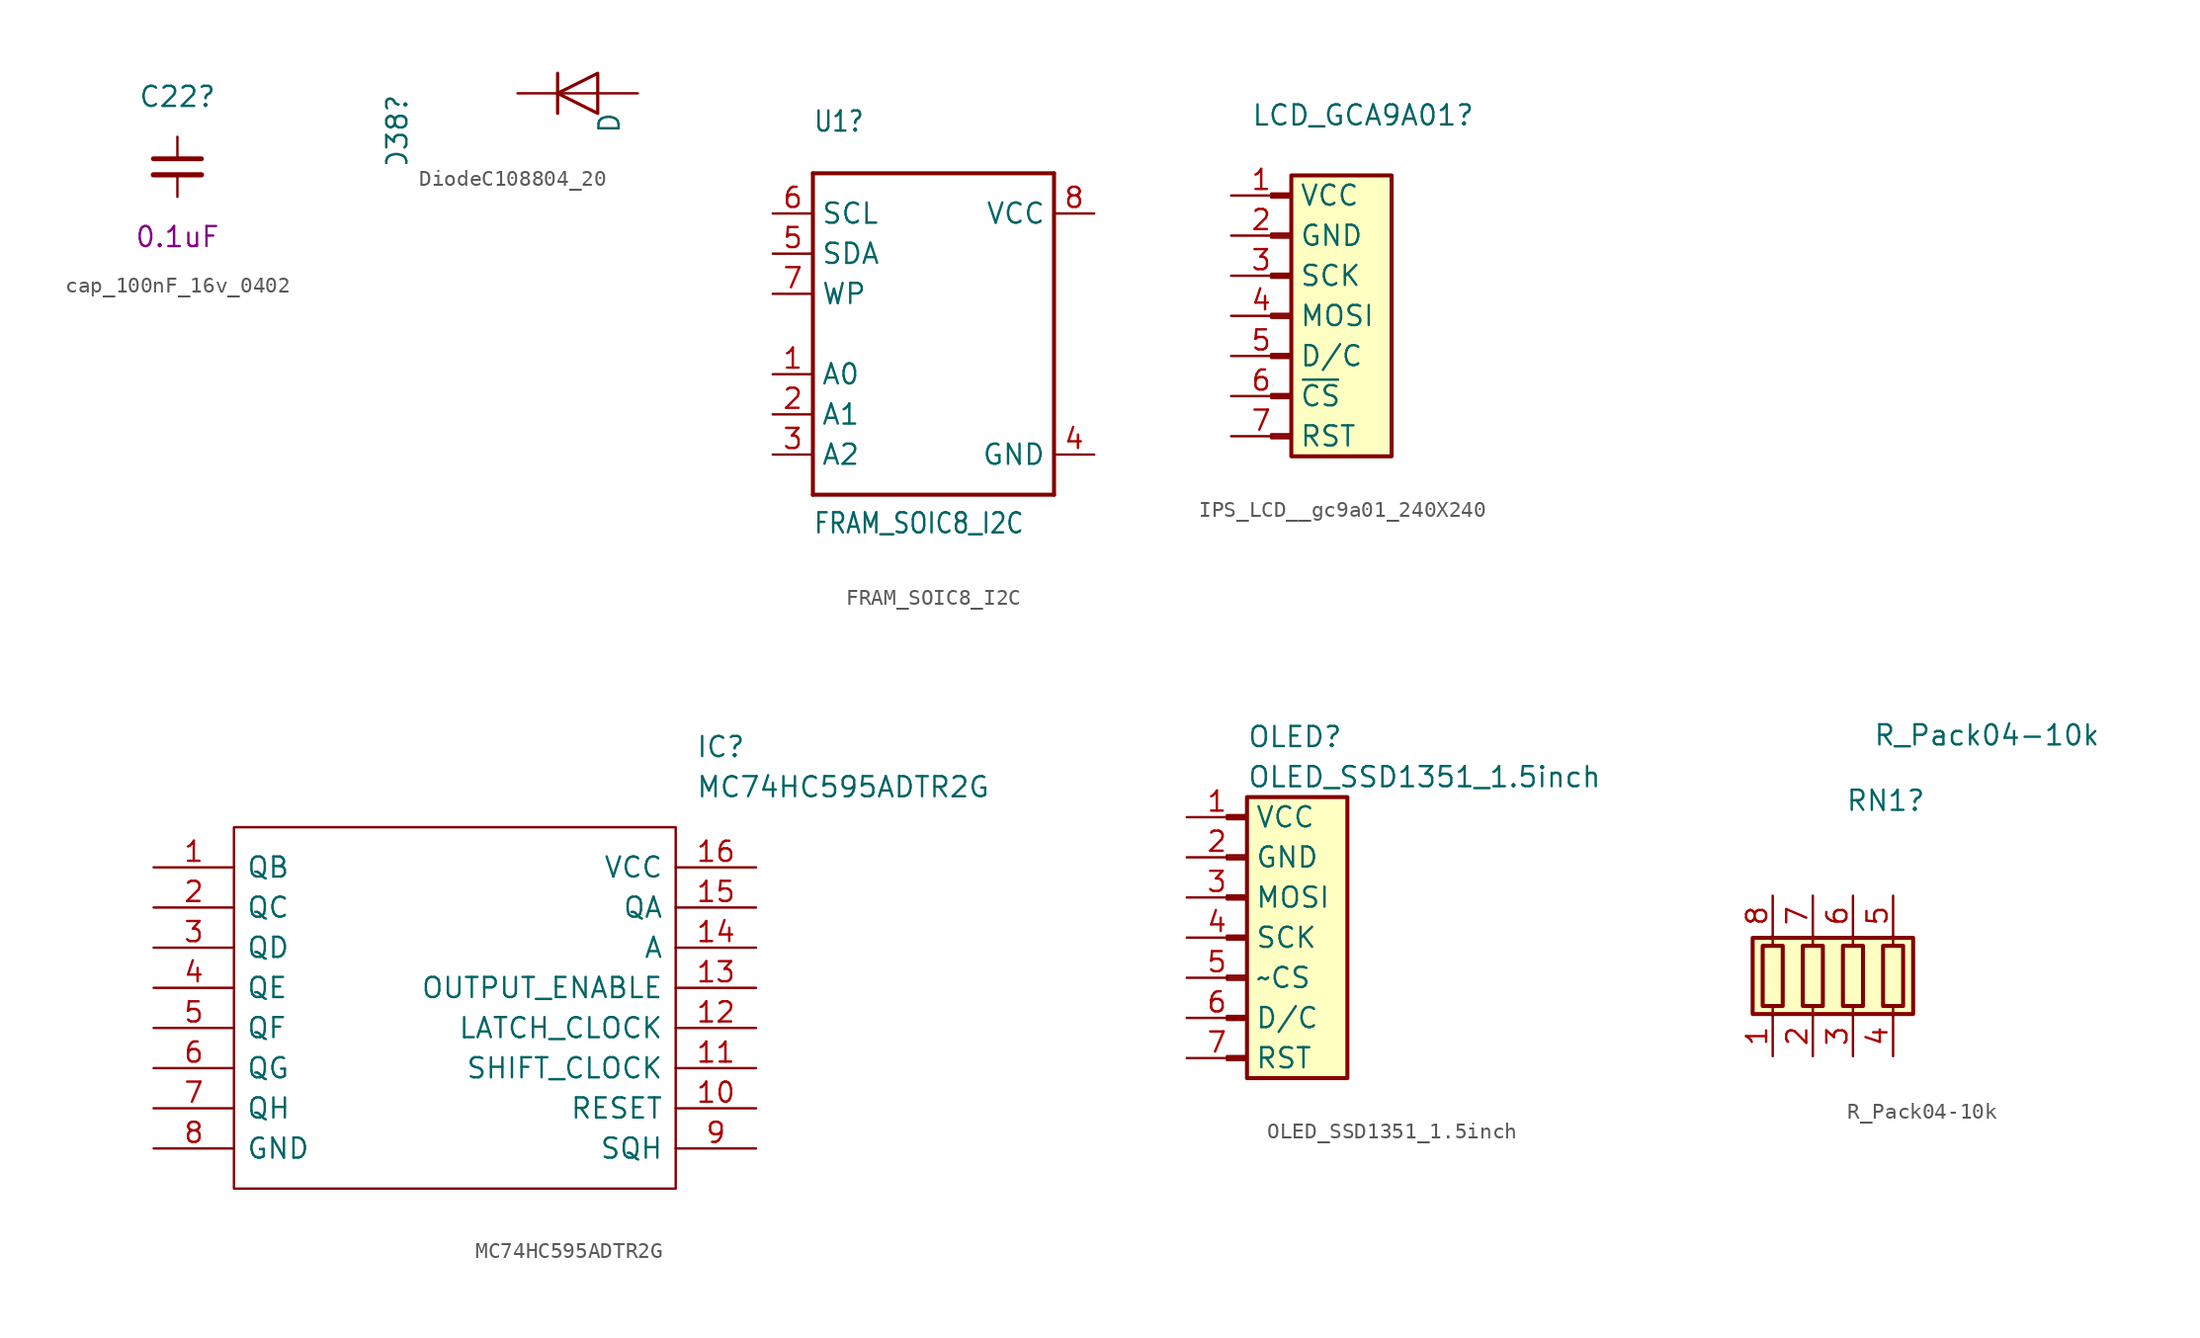
<source format=kicad_sym>
(kicad_symbol_lib
  (version 20211014)
  (generator kicad_symbol_editor)
  (symbol "cap_100nF_16v_0402"
    (pin_numbers hide)
    (pin_names
      (offset 0.254) hide)
    (property "Reference" "C22"
      (at 0 3.81 0)
      (effects (font (size 1.27 1.27))))
    (property "Display value" "0.1uF"
      (at 0 -5.08 0)
      (effects (font (size 1.27 1.27))))
    (symbol "cap_100nF_16v_0402_0_1"
      (polyline (pts (xy -1.524 -1.143) (xy 1.524 -1.143)) (stroke (width 0.33) (type default) (color 0 0 0 0)) (fill (type none)))
      (polyline (pts (xy -1.524 -0.127) (xy 1.524 -0.127)) (stroke (width 0.305) (type default) (color 0 0 0 0)) (fill (type none))))
    (symbol "cap_100nF_16v_0402_1_1"
      (pin passive line (at 0 1.27 270) (length 1.27) (name "~" (effects (font (size 1.27 1.27)))) (number "1" (effects (font (size 1.27 1.27)))))
      (pin passive line (at 0 -2.54 90) (length 1.27) (name "~" (effects (font (size 1.27 1.27)))) (number "2" (effects (font (size 1.27 1.27)))))))
  (symbol "DiodeC108804_20"
    (pin_numbers hide)
    (pin_names
      (offset 1.016) hide)
    (property "Reference" "D38"
      (at -11.43 0 90)
      (effects (font (size 1.27 1.27)) (justify right)))
    (property "Value" "D"
      (at 2.007 -1.143 90)
      (effects (font (size 1.27 1.27)) (justify right)))
    (symbol "DiodeC108804_20_0_1"
      (polyline (pts (xy -1.27 1.27) (xy -1.27 -1.27)) (stroke (width 0.203) (type default) (color 0 0 0 0)) (fill (type none)))
      (polyline (pts (xy 1.27 0) (xy -1.27 0)) (stroke (width 0) (type default) (color 0 0 0 0)) (fill (type none)))
      (polyline (pts (xy 1.27 1.27) (xy 1.27 -1.27) (xy -1.27 0) (xy 1.27 1.27)) (stroke (width 0.203) (type default) (color 0 0 0 0)) (fill (type none))))
    (symbol "DiodeC108804_20_1_1"
      (pin passive line (at -3.81 0 0) (length 2.54) (name "K" (effects (font (size 1.27 1.27)))) (number "1" (effects (font (size 1.27 1.27)))))
      (pin passive line (at 3.81 0 180) (length 2.54) (name "A" (effects (font (size 1.27 1.27)))) (number "2" (effects (font (size 1.27 1.27)))))))
  (symbol "FRAM_SOIC8_I2C"
    (property "Reference" "U1"
      (at -7.62 12.7 0)
      (effects (font (size 1.27 1.079)) (justify left bottom)))
    (property "Value" "FRAM_SOIC8_I2C"
      (at -7.62 -12.7 0)
      (effects (font (size 1.27 1.079)) (justify left bottom)))
    (property "ki_locked" ""
      (at 0 0 0)
      (effects (font (size 1.27 1.27))))
    (symbol "FRAM_SOIC8_I2C_1_0"
      (polyline (pts (xy -7.62 -10.16) (xy -7.62 10.16)) (stroke (width 0.254) (type default) (color 0 0 0 0)) (fill (type none)))
      (polyline (pts (xy -7.62 10.16) (xy 7.62 10.16)) (stroke (width 0.254) (type default) (color 0 0 0 0)) (fill (type none)))
      (polyline (pts (xy 7.62 -10.16) (xy -7.62 -10.16)) (stroke (width 0.254) (type default) (color 0 0 0 0)) (fill (type none)))
      (polyline (pts (xy 7.62 10.16) (xy 7.62 -10.16)) (stroke (width 0.254) (type default) (color 0 0 0 0)) (fill (type none)))
      (pin input line (at -10.16 -2.54 0) (length 2.54) (name "A0" (effects (font (size 1.27 1.27)))) (number "1" (effects (font (size 1.27 1.27)))))
      (pin input line (at -10.16 -5.08 0) (length 2.54) (name "A1" (effects (font (size 1.27 1.27)))) (number "2" (effects (font (size 1.27 1.27)))))
      (pin input line (at -10.16 -7.62 0) (length 2.54) (name "A2" (effects (font (size 1.27 1.27)))) (number "3" (effects (font (size 1.27 1.27)))))
      (pin power_in line (at 10.16 -7.62 180) (length 2.54) (name "GND" (effects (font (size 1.27 1.27)))) (number "4" (effects (font (size 1.27 1.27)))))
      (pin bidirectional line (at -10.16 5.08 0) (length 2.54) (name "SDA" (effects (font (size 1.27 1.27)))) (number "5" (effects (font (size 1.27 1.27)))))
      (pin input line (at -10.16 7.62 0) (length 2.54) (name "SCL" (effects (font (size 1.27 1.27)))) (number "6" (effects (font (size 1.27 1.27)))))
      (pin input line (at -10.16 2.54 0) (length 2.54) (name "WP" (effects (font (size 1.27 1.27)))) (number "7" (effects (font (size 1.27 1.27)))))
      (pin power_in line (at 10.16 7.62 180) (length 2.54) (name "VCC" (effects (font (size 1.27 1.27)))) (number "8" (effects (font (size 1.27 1.27)))))))
  (symbol "IPS_LCD__gc9a01_240X240"
    (property "Reference" "LCD_GCA9A01"
      (at -2.54 12.7 0)
      (effects (font (size 1.27 1.27)) (justify left)))
    (symbol "IPS_LCD__gc9a01_240X240_1_1"
      (rectangle (start -1.27 -7.493) (end 0 -7.747) (stroke (width 0.152) (type default) (color 0 0 0 0)) (fill (type none)))
      (rectangle (start -1.27 -4.953) (end 0 -5.207) (stroke (width 0.152) (type default) (color 0 0 0 0)) (fill (type none)))
      (rectangle (start -1.27 -2.413) (end 0 -2.667) (stroke (width 0.152) (type default) (color 0 0 0 0)) (fill (type none)))
      (rectangle (start -1.27 0.127) (end 0 -0.127) (stroke (width 0.152) (type default) (color 0 0 0 0)) (fill (type none)))
      (rectangle (start -1.27 2.667) (end 0 2.413) (stroke (width 0.152) (type default) (color 0 0 0 0)) (fill (type none)))
      (rectangle (start -1.27 5.207) (end 0 4.953) (stroke (width 0.152) (type default) (color 0 0 0 0)) (fill (type none)))
      (rectangle (start -1.27 7.747) (end 0 7.493) (stroke (width 0.152) (type default) (color 0 0 0 0)) (fill (type none)))
      (rectangle (start 0 8.89) (end 6.35 -8.89) (stroke (width 0.254) (type default) (color 0 0 0 0)) (fill (type background)))
      (pin power_in line (at -3.81 7.62 0) (length 3.81) (name "VCC" (effects (font (size 1.27 1.27)))) (number "1" (effects (font (size 1.27 1.27)))))
      (pin power_in line (at -3.81 5.08 0) (length 3.81) (name "GND" (effects (font (size 1.27 1.27)))) (number "2" (effects (font (size 1.27 1.27)))))
      (pin passive line (at -3.81 2.54 0) (length 3.81) (name "SCK" (effects (font (size 1.27 1.27)))) (number "3" (effects (font (size 1.27 1.27)))))
      (pin passive line (at -3.81 0 0) (length 3.81) (name "MOSI" (effects (font (size 1.27 1.27)))) (number "4" (effects (font (size 1.27 1.27)))))
      (pin passive line (at -3.81 -2.54 0) (length 3.81) (name "D/C" (effects (font (size 1.27 1.27)))) (number "5" (effects (font (size 1.27 1.27)))))
      (pin passive line (at -3.81 -5.08 0) (length 3.81) (name "~{CS}" (effects (font (size 1.27 1.27)))) (number "6" (effects (font (size 1.27 1.27)))))
      (pin passive line (at -3.81 -7.62 0) (length 3.81) (name "RST" (effects (font (size 1.27 1.27)))) (number "7" (effects (font (size 1.27 1.27)))))))
  (symbol "MC74HC595ADTR2G"
    (pin_names
      (offset 0.762))
    (property "Reference" "IC"
      (at 34.29 7.62 0)
      (effects (font (size 1.27 1.27)) (justify left)))
    (property "Value" "MC74HC595ADTR2G"
      (at 34.29 5.08 0)
      (effects (font (size 1.27 1.27)) (justify left)))
    (symbol "MC74HC595ADTR2G_0_0"
      (pin passive line (at 0 0 0) (length 5.08) (name "QB" (effects (font (size 1.27 1.27)))) (number "1" (effects (font (size 1.27 1.27)))))
      (pin passive line (at 38.1 -15.24 180) (length 5.08) (name "RESET" (effects (font (size 1.27 1.27)))) (number "10" (effects (font (size 1.27 1.27)))))
      (pin passive line (at 38.1 -12.7 180) (length 5.08) (name "SHIFT_CLOCK" (effects (font (size 1.27 1.27)))) (number "11" (effects (font (size 1.27 1.27)))))
      (pin passive line (at 38.1 -10.16 180) (length 5.08) (name "LATCH_CLOCK" (effects (font (size 1.27 1.27)))) (number "12" (effects (font (size 1.27 1.27)))))
      (pin passive line (at 38.1 -7.62 180) (length 5.08) (name "OUTPUT_ENABLE" (effects (font (size 1.27 1.27)))) (number "13" (effects (font (size 1.27 1.27)))))
      (pin passive line (at 38.1 -5.08 180) (length 5.08) (name "A" (effects (font (size 1.27 1.27)))) (number "14" (effects (font (size 1.27 1.27)))))
      (pin passive line (at 38.1 -2.54 180) (length 5.08) (name "QA" (effects (font (size 1.27 1.27)))) (number "15" (effects (font (size 1.27 1.27)))))
      (pin passive line (at 38.1 0 180) (length 5.08) (name "VCC" (effects (font (size 1.27 1.27)))) (number "16" (effects (font (size 1.27 1.27)))))
      (pin passive line (at 0 -2.54 0) (length 5.08) (name "QC" (effects (font (size 1.27 1.27)))) (number "2" (effects (font (size 1.27 1.27)))))
      (pin passive line (at 0 -5.08 0) (length 5.08) (name "QD" (effects (font (size 1.27 1.27)))) (number "3" (effects (font (size 1.27 1.27)))))
      (pin passive line (at 0 -7.62 0) (length 5.08) (name "QE" (effects (font (size 1.27 1.27)))) (number "4" (effects (font (size 1.27 1.27)))))
      (pin passive line (at 0 -10.16 0) (length 5.08) (name "QF" (effects (font (size 1.27 1.27)))) (number "5" (effects (font (size 1.27 1.27)))))
      (pin passive line (at 0 -12.7 0) (length 5.08) (name "QG" (effects (font (size 1.27 1.27)))) (number "6" (effects (font (size 1.27 1.27)))))
      (pin passive line (at 0 -15.24 0) (length 5.08) (name "QH" (effects (font (size 1.27 1.27)))) (number "7" (effects (font (size 1.27 1.27)))))
      (pin passive line (at 0 -17.78 0) (length 5.08) (name "GND" (effects (font (size 1.27 1.27)))) (number "8" (effects (font (size 1.27 1.27)))))
      (pin passive line (at 38.1 -17.78 180) (length 5.08) (name "SQH" (effects (font (size 1.27 1.27)))) (number "9" (effects (font (size 1.27 1.27))))))
    (symbol "MC74HC595ADTR2G_0_1"
      (polyline (pts (xy 5.08 2.54) (xy 33.02 2.54) (xy 33.02 -20.32) (xy 5.08 -20.32) (xy 5.08 2.54)) (stroke (width 0.152) (type default) (color 0 0 0 0)) (fill (type none)))))
  (symbol "OLED_SSD1351_1.5inch"
    (property "Reference" "OLED"
      (at 0 12.7 0)
      (effects (font (size 1.27 1.27)) (justify left)))
    (property "Value" "OLED_SSD1351_1.5inch"
      (at 0 10.16 0)
      (effects (font (size 1.27 1.27)) (justify left)))
    (symbol "OLED_SSD1351_1.5inch_1_1"
      (rectangle (start -1.27 -7.493) (end 0 -7.747) (stroke (width 0.152) (type default) (color 0 0 0 0)) (fill (type none)))
      (rectangle (start -1.27 -4.953) (end 0 -5.207) (stroke (width 0.152) (type default) (color 0 0 0 0)) (fill (type none)))
      (rectangle (start -1.27 -2.413) (end 0 -2.667) (stroke (width 0.152) (type default) (color 0 0 0 0)) (fill (type none)))
      (rectangle (start -1.27 0.127) (end 0 -0.127) (stroke (width 0.152) (type default) (color 0 0 0 0)) (fill (type none)))
      (rectangle (start -1.27 2.667) (end 0 2.413) (stroke (width 0.152) (type default) (color 0 0 0 0)) (fill (type none)))
      (rectangle (start -1.27 5.207) (end 0 4.953) (stroke (width 0.152) (type default) (color 0 0 0 0)) (fill (type none)))
      (rectangle (start -1.27 7.747) (end 0 7.493) (stroke (width 0.152) (type default) (color 0 0 0 0)) (fill (type none)))
      (rectangle (start 0 8.89) (end 6.35 -8.89) (stroke (width 0.254) (type default) (color 0 0 0 0)) (fill (type background)))
      (pin passive line (at -3.81 7.62 0) (length 3.81) (name "VCC" (effects (font (size 1.27 1.27)))) (number "1" (effects (font (size 1.27 1.27)))))
      (pin passive line (at -3.81 5.08 0) (length 3.81) (name "GND" (effects (font (size 1.27 1.27)))) (number "2" (effects (font (size 1.27 1.27)))))
      (pin passive line (at -3.81 2.54 0) (length 3.81) (name "MOSI" (effects (font (size 1.27 1.27)))) (number "3" (effects (font (size 1.27 1.27)))))
      (pin passive line (at -3.81 0 0) (length 3.81) (name "SCK" (effects (font (size 1.27 1.27)))) (number "4" (effects (font (size 1.27 1.27)))))
      (pin passive line (at -3.81 -2.54 0) (length 3.81) (name "~CS" (effects (font (size 1.27 1.27)))) (number "5" (effects (font (size 1.27 1.27)))))
      (pin passive line (at -3.81 -5.08 0) (length 3.81) (name "D/C" (effects (font (size 1.27 1.27)))) (number "6" (effects (font (size 1.27 1.27)))))
      (pin passive line (at -3.81 -7.62 0) (length 3.81) (name "RST" (effects (font (size 1.27 1.27)))) (number "7" (effects (font (size 1.27 1.27)))))))
  (symbol "R_Pack04-10k"
    (pin_names
      (offset 0) hide)
    (property "Reference" "RN1"
      (at -0.478 11.097 0)
      (effects (font (size 1.27 1.27)) (justify left)))
    (property "Value" "R_Pack04-10k"
      (at 1.27 15.24 0)
      (effects (font (size 1.27 1.27)) (justify left)))
    (symbol "R_Pack04-10k_0_1"
      (rectangle (start -6.35 -2.413) (end 3.81 2.413) (stroke (width 0.254) (type default) (color 0 0 0 0)) (fill (type background)))
      (rectangle (start -5.715 1.905) (end -4.445 -1.905) (stroke (width 0.254) (type default) (color 0 0 0 0)) (fill (type none)))
      (rectangle (start -3.175 1.905) (end -1.905 -1.905) (stroke (width 0.254) (type default) (color 0 0 0 0)) (fill (type none)))
      (rectangle (start -0.635 1.905) (end 0.635 -1.905) (stroke (width 0.254) (type default) (color 0 0 0 0)) (fill (type none)))
      (polyline (pts (xy -5.08 -2.54) (xy -5.08 -1.905)) (stroke (width 0) (type default) (color 0 0 0 0)) (fill (type none)))
      (polyline (pts (xy -5.08 1.905) (xy -5.08 2.54)) (stroke (width 0) (type default) (color 0 0 0 0)) (fill (type none)))
      (polyline (pts (xy -2.54 -2.54) (xy -2.54 -1.905)) (stroke (width 0) (type default) (color 0 0 0 0)) (fill (type none)))
      (polyline (pts (xy -2.54 1.905) (xy -2.54 2.54)) (stroke (width 0) (type default) (color 0 0 0 0)) (fill (type none)))
      (polyline (pts (xy 0 -2.54) (xy 0 -1.905)) (stroke (width 0) (type default) (color 0 0 0 0)) (fill (type none)))
      (polyline (pts (xy 0 1.905) (xy 0 2.54)) (stroke (width 0) (type default) (color 0 0 0 0)) (fill (type none)))
      (polyline (pts (xy 2.54 -2.54) (xy 2.54 -1.905)) (stroke (width 0) (type default) (color 0 0 0 0)) (fill (type none)))
      (polyline (pts (xy 2.54 1.905) (xy 2.54 2.54)) (stroke (width 0) (type default) (color 0 0 0 0)) (fill (type none)))
      (rectangle (start 1.905 1.905) (end 3.175 -1.905) (stroke (width 0.254) (type default) (color 0 0 0 0)) (fill (type none))))
    (symbol "R_Pack04-10k_1_1"
      (pin passive line (at -5.08 -5.08 90) (length 2.54) (name "R1.1" (effects (font (size 1.27 1.27)))) (number "1" (effects (font (size 1.27 1.27)))))
      (pin passive line (at -2.54 -5.08 90) (length 2.54) (name "R2.1" (effects (font (size 1.27 1.27)))) (number "2" (effects (font (size 1.27 1.27)))))
      (pin passive line (at 0 -5.08 90) (length 2.54) (name "R3.1" (effects (font (size 1.27 1.27)))) (number "3" (effects (font (size 1.27 1.27)))))
      (pin passive line (at 2.54 -5.08 90) (length 2.54) (name "R4.1" (effects (font (size 1.27 1.27)))) (number "4" (effects (font (size 1.27 1.27)))))
      (pin passive line (at 2.54 5.08 270) (length 2.54) (name "R4.2" (effects (font (size 1.27 1.27)))) (number "5" (effects (font (size 1.27 1.27)))))
      (pin passive line (at 0 5.08 270) (length 2.54) (name "R3.2" (effects (font (size 1.27 1.27)))) (number "6" (effects (font (size 1.27 1.27)))))
      (pin passive line (at -2.54 5.08 270) (length 2.54) (name "R2.2" (effects (font (size 1.27 1.27)))) (number "7" (effects (font (size 1.27 1.27)))))
      (pin passive line (at -5.08 5.08 270) (length 2.54) (name "R1.2" (effects (font (size 1.27 1.27)))) (number "8" (effects (font (size 1.27 1.27))))))))
</source>
